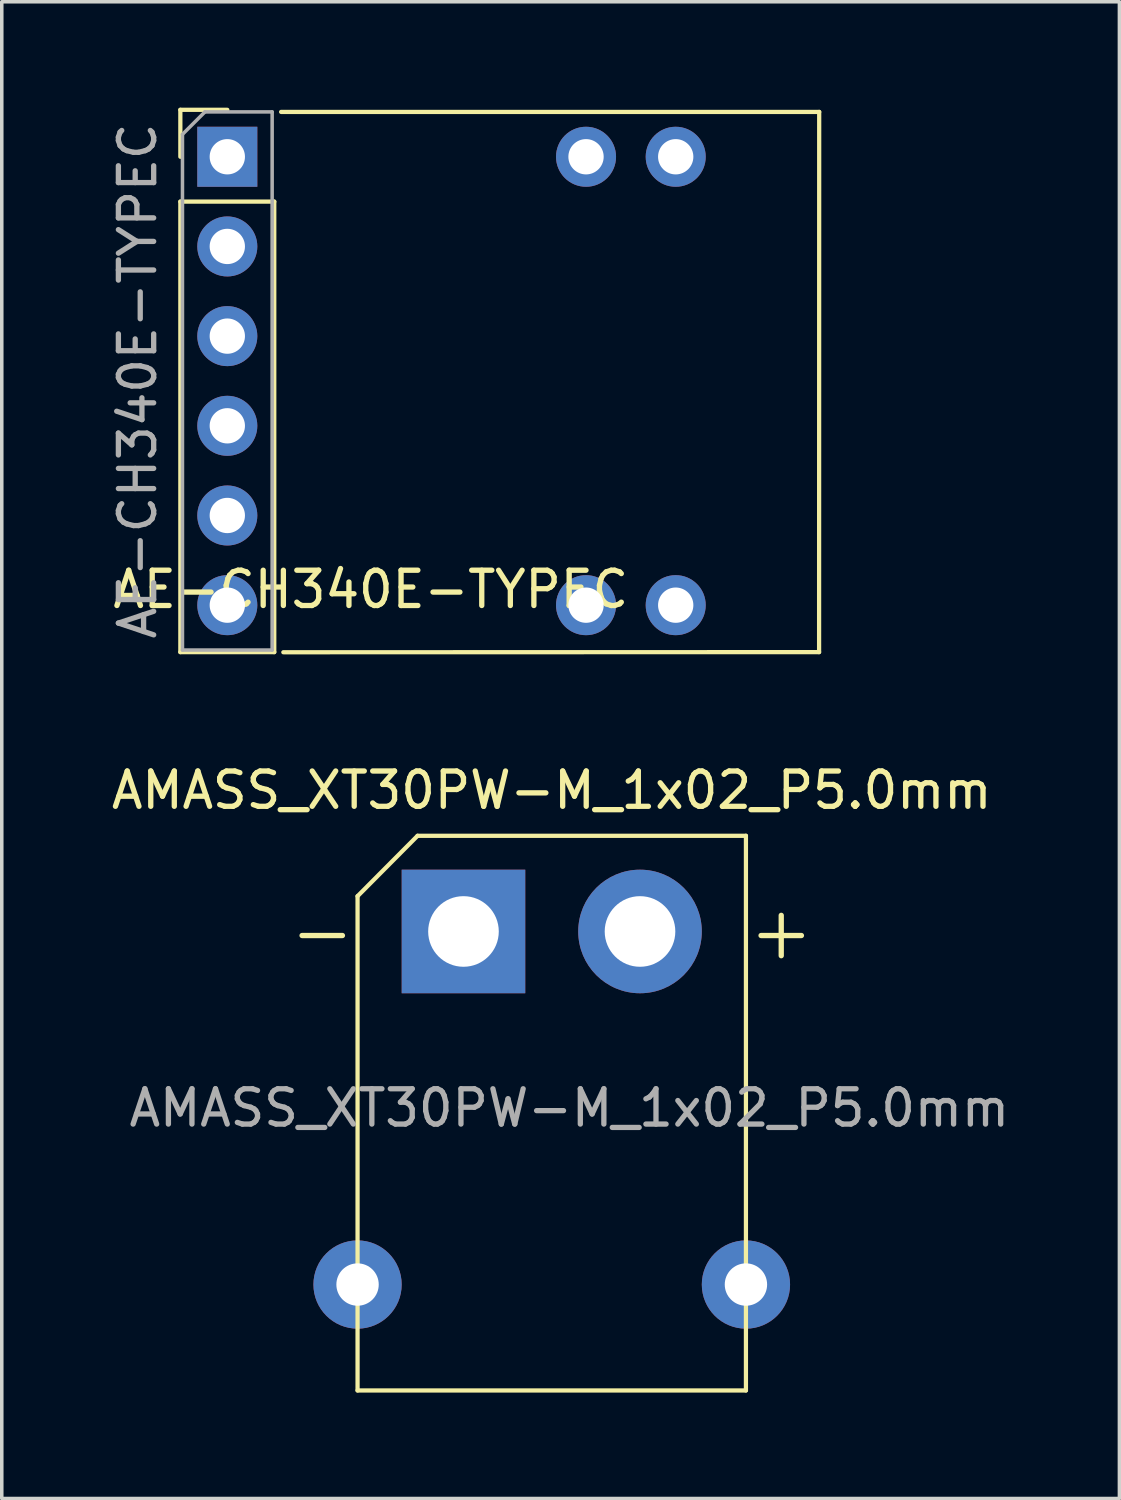
<source format=kicad_pcb>
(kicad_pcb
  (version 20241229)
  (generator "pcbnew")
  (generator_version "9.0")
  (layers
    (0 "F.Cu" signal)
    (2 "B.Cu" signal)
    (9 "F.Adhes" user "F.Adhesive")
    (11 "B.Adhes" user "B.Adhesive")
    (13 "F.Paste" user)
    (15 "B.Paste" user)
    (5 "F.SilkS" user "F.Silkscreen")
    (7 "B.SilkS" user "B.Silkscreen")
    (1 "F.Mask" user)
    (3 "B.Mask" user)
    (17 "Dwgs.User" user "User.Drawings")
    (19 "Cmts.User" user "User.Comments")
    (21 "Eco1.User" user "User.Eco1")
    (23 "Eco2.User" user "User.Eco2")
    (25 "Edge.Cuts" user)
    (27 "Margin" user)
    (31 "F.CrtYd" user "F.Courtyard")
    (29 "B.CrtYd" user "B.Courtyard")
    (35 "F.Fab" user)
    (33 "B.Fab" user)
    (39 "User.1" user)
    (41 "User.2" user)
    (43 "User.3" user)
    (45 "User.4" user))
  (footprint "AMASS_XT30PW-M_1x02_P5.0mm"
    (layer "F.Cu")
    (at 10.077 23.332)
    (property "Reference" "AMASS_XT30PW-M_1x02_P5.0mm" (at 2.5 -4 0) (layer "F.SilkS") (effects (font (size 1 1) (thickness 0.15))))
    (attr through_hole)
    (fp_line (start -3 -1) (end -3 13) (stroke (width 0.12) (type solid)) (layer "F.SilkS"))
    (fp_line (start -3 -1) (end -1.3 -2.71) (stroke (width 0.12) (type solid)) (layer "F.SilkS"))
    (fp_line (start -3 13) (end 8 13) (stroke (width 0.12) (type solid)) (layer "F.SilkS"))
    (fp_line (start -1.3 -2.71) (end 8 -2.71) (stroke (width 0.12) (type solid)) (layer "F.SilkS"))
    (fp_line (start 8 -2.71) (end 8 13) (stroke (width 0.12) (type solid)) (layer "F.SilkS"))
    (fp_text user "-" (at -4 0 0) (layer "F.SilkS") (effects (font (size 1.5 1.5) (thickness 0.15))))
    (fp_text user "+" (at 9 0 0) (layer "F.SilkS") (effects (font (size 1.5 1.5) (thickness 0.15))))
    (fp_text user "${REFERENCE}" (at 3 5 0) (layer "F.Fab") (effects (font (size 1 1) (thickness 0.15))))
    (pad "" thru_hole circle (at -3 10) (size 2.5 2.5) (drill 1.2) (layers "*.Cu" "*.Mask"))
    (pad "" thru_hole circle (at 8 10) (size 2.5 2.5) (drill 1.2) (layers "*.Cu" "*.Mask"))
    (pad "1" thru_hole rect (at 0 0) (size 3.5 3.5) (drill 2) (layers "*.Cu" "*.Mask"))
    (pad "2" thru_hole circle (at 5 0) (size 3.5 3.5) (drill 2) (layers "*.Cu" "*.Mask")))
  (footprint "AE-CH340E-TYPEC"
    (layer "F.Cu")
    (at 3.388 1.39)
    (property "Reference" "AE-CH340E-TYPEC" (at 4.064 12.255 0) (layer "F.SilkS") (effects (font (size 1 1) (thickness 0.15))))
    (attr through_hole)
    (fp_line (start -1.33 -1.33) (end 0 -1.33) (stroke (width 0.12) (type solid)) (layer "F.SilkS"))
    (fp_line (start -1.33 0) (end -1.33 -1.33) (stroke (width 0.12) (type solid)) (layer "F.SilkS"))
    (fp_line (start -1.33 1.27) (end -1.33 14.03) (stroke (width 0.12) (type solid)) (layer "F.SilkS"))
    (fp_line (start -1.33 1.27) (end 1.33 1.27) (stroke (width 0.12) (type solid)) (layer "F.SilkS"))
    (fp_line (start -1.33 14.03) (end 1.33 14.03) (stroke (width 0.12) (type solid)) (layer "F.SilkS"))
    (fp_line (start 1.33 1.27) (end 1.33 14.03) (stroke (width 0.12) (type solid)) (layer "F.SilkS"))
    (fp_line (start 1.524 -1.27) (end 16.764 -1.27) (stroke (width 0.12) (type solid)) (layer "F.SilkS"))
    (fp_line (start 1.587 14.034) (end 16.761 14.03) (stroke (width 0.12) (type solid)) (layer "F.SilkS"))
    (fp_line (start 16.764 -1.27) (end 16.761 14.03) (stroke (width 0.12) (type solid)) (layer "F.SilkS"))
    (fp_line (start -1.27 -0.635) (end -0.635 -1.27) (stroke (width 0.1) (type solid)) (layer "F.Fab"))
    (fp_line (start -1.27 13.97) (end -1.27 -0.635) (stroke (width 0.1) (type solid)) (layer "F.Fab"))
    (fp_line (start -0.635 -1.27) (end 1.27 -1.27) (stroke (width 0.1) (type solid)) (layer "F.Fab"))
    (fp_line (start 1.27 -1.27) (end 1.27 13.97) (stroke (width 0.1) (type solid)) (layer "F.Fab"))
    (fp_line (start 1.27 13.97) (end -1.27 13.97) (stroke (width 0.1) (type solid)) (layer "F.Fab"))
    (fp_text user "${REFERENCE}" (at -2.54 6.35 90) (layer "F.Fab") (effects (font (size 1 1) (thickness 0.15))))
    (pad "" thru_hole circle (at 10.16 0) (size 1.7 1.7) (drill 1) (layers "*.Cu" "*.Mask"))
    (pad "" thru_hole oval (at 10.16 12.7) (size 1.7 1.7) (drill 1) (layers "*.Cu" "*.Mask"))
    (pad "" thru_hole oval (at 12.7 0) (size 1.7 1.7) (drill 1) (layers "*.Cu" "*.Mask"))
    (pad "" thru_hole oval (at 12.7 12.7) (size 1.7 1.7) (drill 1) (layers "*.Cu" "*.Mask"))
    (pad "1" thru_hole rect (at 0 0) (size 1.7 1.7) (drill 1) (layers "*.Cu" "*.Mask"))
    (pad "2" thru_hole oval (at 0 2.54) (size 1.7 1.7) (drill 1) (layers "*.Cu" "*.Mask"))
    (pad "3" thru_hole oval (at 0 5.08) (size 1.7 1.7) (drill 1) (layers "*.Cu" "*.Mask"))
    (pad "4" thru_hole oval (at 0 7.62) (size 1.7 1.7) (drill 1) (layers "*.Cu" "*.Mask"))
    (pad "5" thru_hole oval (at 0 10.16) (size 1.7 1.7) (drill 1) (layers "*.Cu" "*.Mask"))
    (pad "6" thru_hole oval (at 0 12.7) (size 1.7 1.7) (drill 1) (layers "*.Cu" "*.Mask")))
  (gr_rect
    (start -3 -3)
    (end 28.655 39.392)
    (stroke (width 0.1) (type default))
    (fill no)
    (layer "Edge.Cuts")))
</source>
